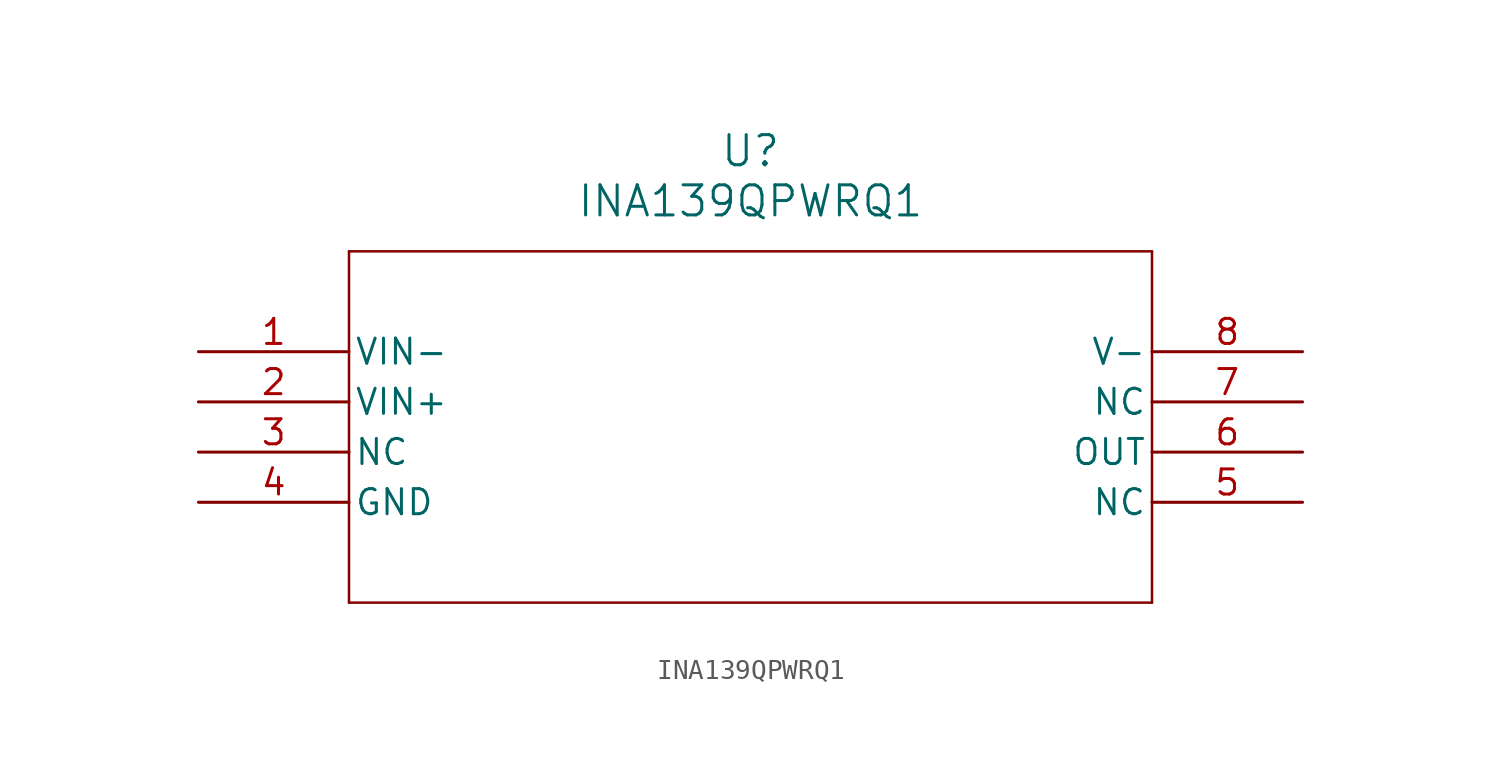
<source format=kicad_sym>
(kicad_symbol_lib
  (version 20211014)
  (generator kicad_symbol_editor)
  (symbol "INA139QPWRQ1"
    (pin_names
      (offset 0.254))
    (property "Reference" "U"
      (at 27.94 10.16 0)
      (effects (font (size 1.524 1.524))))
    (property "Value" "INA139QPWRQ1"
      (at 27.94 7.62 0)
      (effects (font (size 1.524 1.524))))
    (symbol "INA139QPWRQ1_0_1"
      (polyline (pts (xy 7.62 5.08) (xy 7.62 -12.7)) (stroke (width .127) (type default) (color 0 0 0 0)) (fill (type none)))
      (polyline (pts (xy 7.62 -12.7) (xy 48.26 -12.7)) (stroke (width .127) (type default) (color 0 0 0 0)) (fill (type none)))
      (polyline (pts (xy 48.26 -12.7) (xy 48.26 5.08)) (stroke (width .127) (type default) (color 0 0 0 0)) (fill (type none)))
      (polyline (pts (xy 48.26 5.08) (xy 7.62 5.08)) (stroke (width .127) (type default) (color 0 0 0 0)) (fill (type none)))
      (pin input line (at 0 0 0) (length 7.62) (name "VIN-" (effects (font (size 1.27 1.27)))) (number "1" (effects (font (size 1.27 1.27)))))
      (pin input line (at 0 -2.54 0) (length 7.62) (name "VIN+" (effects (font (size 1.27 1.27)))) (number "2" (effects (font (size 1.27 1.27)))))
      (pin unspecified line (at 0 -5.08 0) (length 7.62) (name "NC" (effects (font (size 1.27 1.27)))) (number "3" (effects (font (size 1.27 1.27)))))
      (pin power_in line (at 0 -7.62 0) (length 7.62) (name "GND" (effects (font (size 1.27 1.27)))) (number "4" (effects (font (size 1.27 1.27)))))
      (pin unspecified line (at 55.88 -7.62 180) (length 7.62) (name "NC" (effects (font (size 1.27 1.27)))) (number "5" (effects (font (size 1.27 1.27)))))
      (pin output line (at 55.88 -5.08 180) (length 7.62) (name "OUT" (effects (font (size 1.27 1.27)))) (number "6" (effects (font (size 1.27 1.27)))))
      (pin unspecified line (at 55.88 -2.54 180) (length 7.62) (name "NC" (effects (font (size 1.27 1.27)))) (number "7" (effects (font (size 1.27 1.27)))))
      (pin power_in line (at 55.88 0 180) (length 7.62) (name "V-" (effects (font (size 1.27 1.27)))) (number "8" (effects (font (size 1.27 1.27))))))))
</source>
